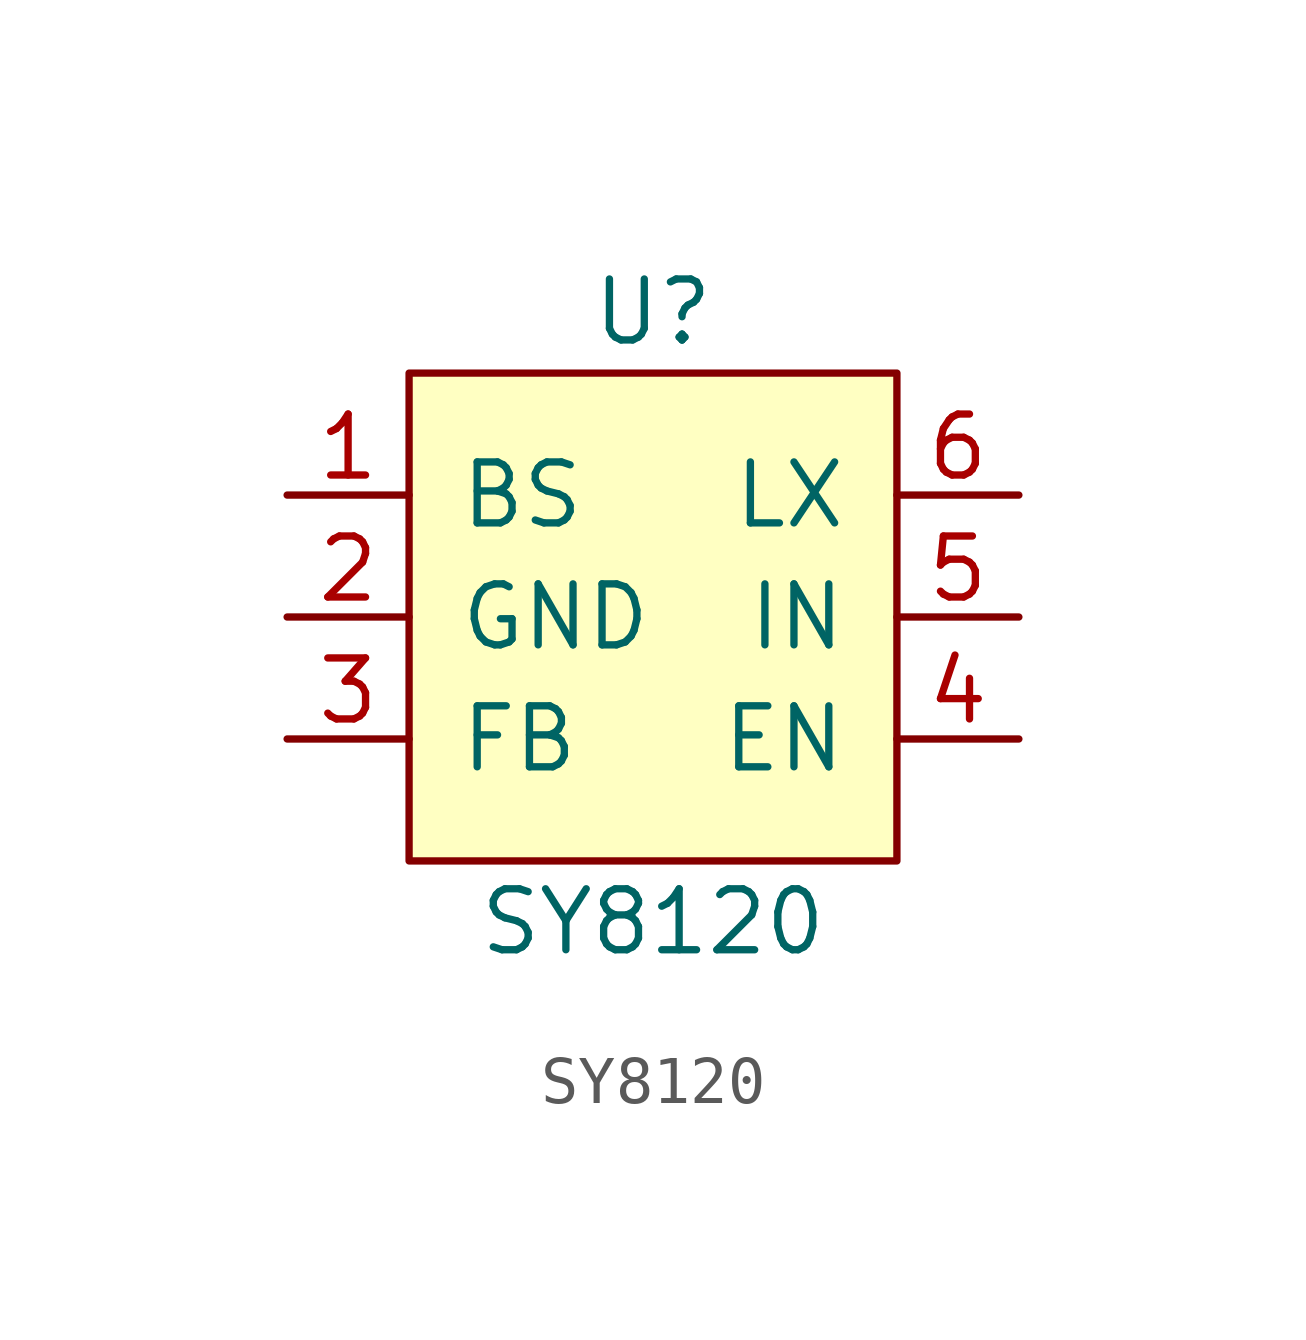
<source format=kicad_sym>
(kicad_symbol_lib
  (version 20211014)
  (generator kicad_symbol_editor)
  (symbol "SY8120"
    (pin_names
      (offset 1.016))
    (property "Reference" "U"
      (at 0 6.35 0)
      (effects (font (size 1.27 1.27))))
    (property "Value" "SY8120"
      (at 0 -6.35 0)
      (effects (font (size 1.27 1.27))))
    (symbol "SY8120_0_1"
      (rectangle (start -5.08 5.08) (end 5.08 -5.08) (stroke (width 0) (type default) (color 0 0 0 0)) (fill (type background))))
    (symbol "SY8120_1_1"
      (pin input line (at -7.62 2.54 0) (length 2.54) (name "BS" (effects (font (size 1.27 1.27)))) (number "1" (effects (font (size 1.27 1.27)))))
      (pin power_in line (at -7.62 0 0) (length 2.54) (name "GND" (effects (font (size 1.27 1.27)))) (number "2" (effects (font (size 1.27 1.27)))))
      (pin input line (at -7.62 -2.54 0) (length 2.54) (name "FB" (effects (font (size 1.27 1.27)))) (number "3" (effects (font (size 1.27 1.27)))))
      (pin input line (at 7.62 -2.54 180) (length 2.54) (name "EN" (effects (font (size 1.27 1.27)))) (number "4" (effects (font (size 1.27 1.27)))))
      (pin power_in line (at 7.62 0 180) (length 2.54) (name "IN" (effects (font (size 1.27 1.27)))) (number "5" (effects (font (size 1.27 1.27)))))
      (pin open_collector line (at 7.62 2.54 180) (length 2.54) (name "LX" (effects (font (size 1.27 1.27)))) (number "6" (effects (font (size 1.27 1.27))))))))
</source>
